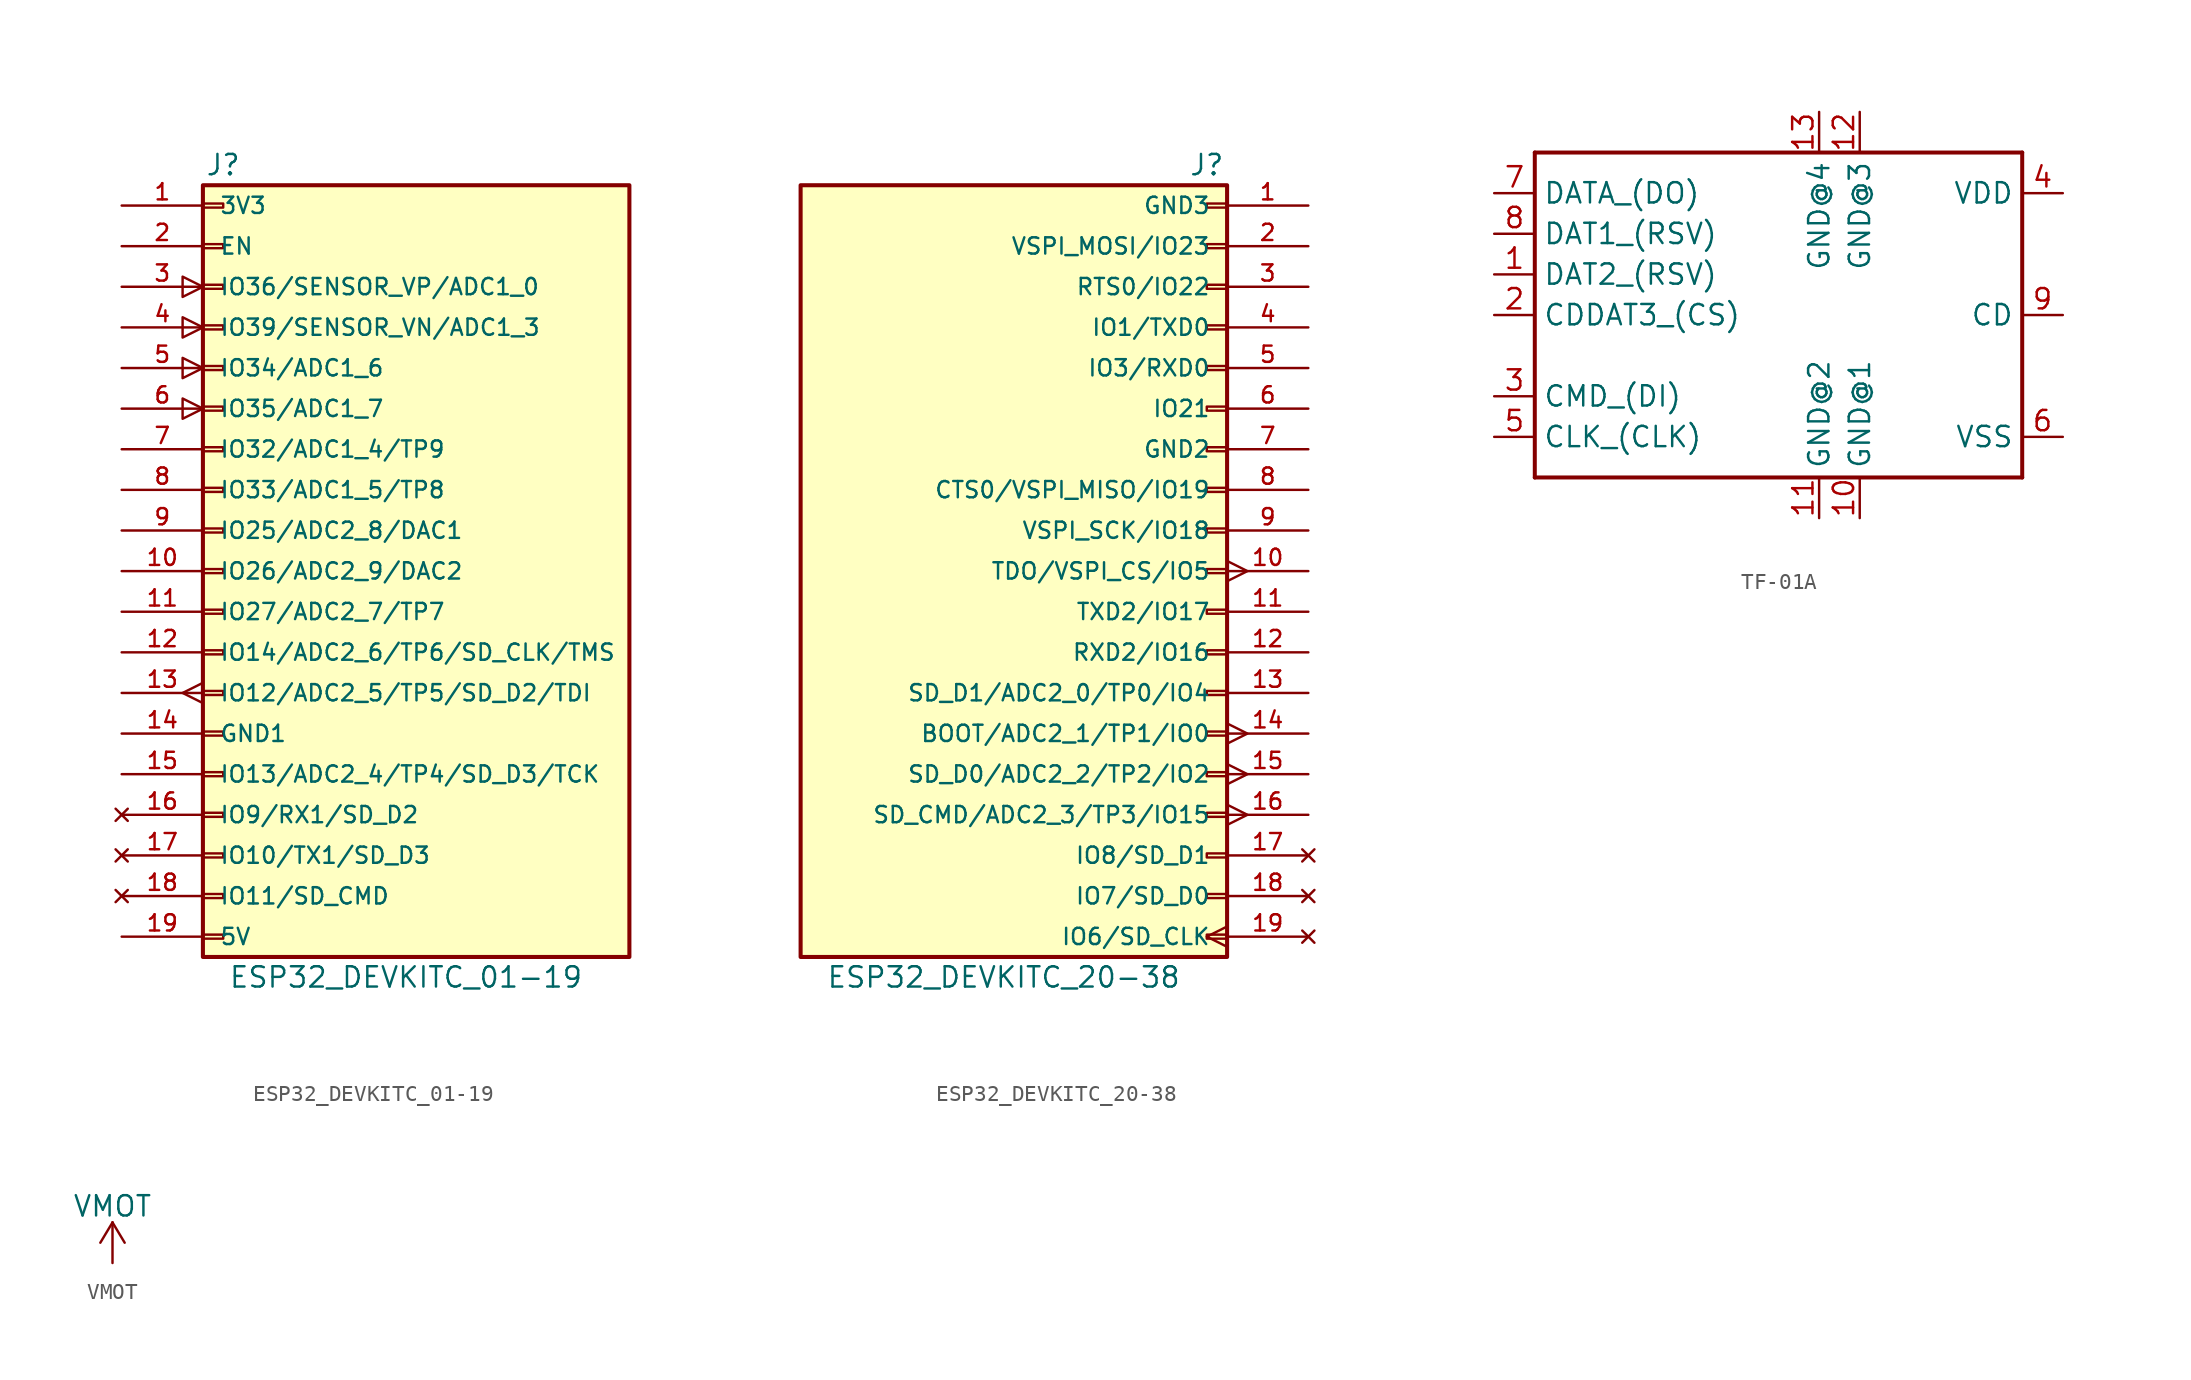
<source format=kicad_sym>
(kicad_symbol_lib
  (version 20201005)
  (generator kicad_symbol_editor)
  (symbol "6_axis_I2S_v1p8:ESP32_DEVKITC_01-19"
    (pin_names
      (offset 1.016))
    (property "Reference" "J"
      (at -1.27 25.4 0)
      (effects (font (size 1.27 1.27))))
    (property "Value" "ESP32_DEVKITC_01-19"
      (at 10.16 -25.4 0)
      (effects (font (size 1.27 1.27))))
    (symbol "ESP32_DEVKITC_01-19_0_0"
      (pin power_in line (at -7.62 22.86 0) (length 5.08) (name "3V3" (effects (font (size 1.016 1.016)))) (number "1" (effects (font (size 1.016 1.016)))))
      (pin bidirectional line (at -7.62 0 0) (length 5.08) (name "IO26/ADC2_9/DAC2" (effects (font (size 1.016 1.016)))) (number "10" (effects (font (size 1.016 1.016)))))
      (pin bidirectional line (at -7.62 -2.54 0) (length 5.08) (name "IO27/ADC2_7/TP7" (effects (font (size 1.016 1.016)))) (number "11" (effects (font (size 1.016 1.016)))))
      (pin bidirectional line (at -7.62 -5.08 0) (length 5.08) (name "IO14/ADC2_6/TP6/SD_CLK/TMS" (effects (font (size 1.016 1.016)))) (number "12" (effects (font (size 1.016 1.016)))))
      (pin bidirectional line (at -7.62 -7.62 0) (length 5.08) (name "IO12/ADC2_5/TP5/SD_D2/TDI" (effects (font (size 1.016 1.016)))) (number "13" (effects (font (size 1.016 1.016)))))
      (pin power_in line (at -7.62 -10.16 0) (length 5.08) (name "GND1" (effects (font (size 1.016 1.016)))) (number "14" (effects (font (size 1.016 1.016)))))
      (pin bidirectional line (at -7.62 -12.7 0) (length 5.08) (name "IO13/ADC2_4/TP4/SD_D3/TCK" (effects (font (size 1.016 1.016)))) (number "15" (effects (font (size 1.016 1.016)))))
      (pin no_connect line (at -7.62 -15.24 0) (length 5.08) (name "IO9/RX1/SD_D2" (effects (font (size 1.016 1.016)))) (number "16" (effects (font (size 1.016 1.016)))))
      (pin no_connect line (at -7.62 -17.78 0) (length 5.08) (name "IO10/TX1/SD_D3" (effects (font (size 1.016 1.016)))) (number "17" (effects (font (size 1.016 1.016)))))
      (pin no_connect line (at -7.62 -20.32 0) (length 5.08) (name "IO11/SD_CMD" (effects (font (size 1.016 1.016)))) (number "18" (effects (font (size 1.016 1.016)))))
      (pin passive line (at -7.62 -22.86 0) (length 5.08) (name "5V" (effects (font (size 1.016 1.016)))) (number "19" (effects (font (size 1.016 1.016)))))
      (pin bidirectional line (at -7.62 20.32 0) (length 5.08) (name "EN" (effects (font (size 1.016 1.016)))) (number "2" (effects (font (size 1.016 1.016)))))
      (pin input line (at -7.62 17.78 0) (length 5.08) (name "IO36/SENSOR_VP/ADC1_0" (effects (font (size 1.016 1.016)))) (number "3" (effects (font (size 1.016 1.016)))))
      (pin input line (at -7.62 15.24 0) (length 5.08) (name "IO39/SENSOR_VN/ADC1_3" (effects (font (size 1.016 1.016)))) (number "4" (effects (font (size 1.016 1.016)))))
      (pin input line (at -7.62 12.7 0) (length 5.08) (name "IO34/ADC1_6" (effects (font (size 1.016 1.016)))) (number "5" (effects (font (size 1.016 1.016)))))
      (pin input line (at -7.62 10.16 0) (length 5.08) (name "IO35/ADC1_7" (effects (font (size 1.016 1.016)))) (number "6" (effects (font (size 1.016 1.016)))))
      (pin bidirectional line (at -7.62 7.62 0) (length 5.08) (name "IO32/ADC1_4/TP9" (effects (font (size 1.016 1.016)))) (number "7" (effects (font (size 1.016 1.016)))))
      (pin bidirectional line (at -7.62 5.08 0) (length 5.08) (name "IO33/ADC1_5/TP8" (effects (font (size 1.016 1.016)))) (number "8" (effects (font (size 1.016 1.016)))))
      (pin bidirectional line (at -7.62 2.54 0) (length 5.08) (name "IO25/ADC2_8/DAC1" (effects (font (size 1.016 1.016)))) (number "9" (effects (font (size 1.016 1.016))))))
    (symbol "ESP32_DEVKITC_01-19_0_1"
      (polyline (pts (xy -2.54 -6.985) (xy -3.81 -7.62) (xy -2.54 -8.255)) (stroke (width 0.152)) (fill (type none)))
      (polyline (pts (xy -2.54 10.16) (xy -3.81 10.795) (xy -3.81 9.525) (xy -2.54 10.16)) (stroke (width 0.152)) (fill (type none)))
      (polyline (pts (xy -2.54 12.7) (xy -3.81 13.335) (xy -3.81 12.065) (xy -2.54 12.7)) (stroke (width 0.152)) (fill (type none)))
      (polyline (pts (xy -2.54 15.24) (xy -3.81 15.875) (xy -3.81 14.605) (xy -2.54 15.24)) (stroke (width 0.152)) (fill (type none)))
      (polyline (pts (xy -2.54 17.78) (xy -3.81 18.415) (xy -3.81 17.145) (xy -2.54 17.78)) (stroke (width 0.152)) (fill (type none))))
    (symbol "ESP32_DEVKITC_01-19_1_1"
      (rectangle (start -2.54 -22.733) (end -1.27 -22.987) (stroke (width 0.152)) (fill (type none)))
      (rectangle (start -2.54 -20.193) (end -1.27 -20.447) (stroke (width 0.152)) (fill (type none)))
      (rectangle (start -2.54 -17.653) (end -1.27 -17.907) (stroke (width 0.152)) (fill (type none)))
      (rectangle (start -2.54 -15.113) (end -1.27 -15.367) (stroke (width 0.152)) (fill (type none)))
      (rectangle (start -2.54 -12.573) (end -1.27 -12.827) (stroke (width 0.152)) (fill (type none)))
      (rectangle (start -2.54 -10.033) (end -1.27 -10.287) (stroke (width 0.152)) (fill (type none)))
      (rectangle (start -2.54 -7.493) (end -1.27 -7.747) (stroke (width 0.152)) (fill (type none)))
      (rectangle (start -2.54 -4.953) (end -1.27 -5.207) (stroke (width 0.152)) (fill (type none)))
      (rectangle (start -2.54 -2.413) (end -1.27 -2.667) (stroke (width 0.152)) (fill (type none)))
      (rectangle (start -2.54 0.127) (end -1.27 -0.127) (stroke (width 0.152)) (fill (type none)))
      (rectangle (start -2.54 2.667) (end -1.27 2.413) (stroke (width 0.152)) (fill (type none)))
      (rectangle (start -2.54 5.207) (end -1.27 4.953) (stroke (width 0.152)) (fill (type none)))
      (rectangle (start -2.54 7.747) (end -1.27 7.493) (stroke (width 0.152)) (fill (type none)))
      (rectangle (start -2.54 10.287) (end -1.27 10.033) (stroke (width 0.152)) (fill (type none)))
      (rectangle (start -2.54 12.827) (end -1.27 12.573) (stroke (width 0.152)) (fill (type none)))
      (rectangle (start -2.54 15.367) (end -1.27 15.113) (stroke (width 0.152)) (fill (type none)))
      (rectangle (start -2.54 17.907) (end -1.27 17.653) (stroke (width 0.152)) (fill (type none)))
      (rectangle (start -2.54 20.447) (end -1.27 20.193) (stroke (width 0.152)) (fill (type none)))
      (rectangle (start -2.54 22.987) (end -1.27 22.733) (stroke (width 0.152)) (fill (type none)))
      (rectangle (start -2.54 24.13) (end 24.13 -24.13) (stroke (width 0.254)) (fill (type background)))))
  (symbol "6_axis_I2S_v1p8:ESP32_DEVKITC_20-38"
    (pin_names
      (offset 1.016))
    (property "Reference" "J"
      (at 1.27 25.4 0)
      (effects (font (size 1.27 1.27))))
    (property "Value" "ESP32_DEVKITC_20-38"
      (at -11.43 -25.4 0)
      (effects (font (size 1.27 1.27))))
    (symbol "ESP32_DEVKITC_20-38_0_0"
      (pin power_in line (at 7.62 22.86 180) (length 5.08) (name "GND3" (effects (font (size 1.016 1.016)))) (number "1" (effects (font (size 1.016 1.016)))))
      (pin bidirectional line (at 7.62 0 180) (length 5.08) (name "TDO/VSPI_CS/IO5" (effects (font (size 1.016 1.016)))) (number "10" (effects (font (size 1.016 1.016)))))
      (pin bidirectional line (at 7.62 -2.54 180) (length 5.08) (name "TXD2/IO17" (effects (font (size 1.016 1.016)))) (number "11" (effects (font (size 1.016 1.016)))))
      (pin bidirectional line (at 7.62 -5.08 180) (length 5.08) (name "RXD2/IO16" (effects (font (size 1.016 1.016)))) (number "12" (effects (font (size 1.016 1.016)))))
      (pin bidirectional line (at 7.62 -7.62 180) (length 5.08) (name "SD_D1/ADC2_0/TP0/IO4" (effects (font (size 1.016 1.016)))) (number "13" (effects (font (size 1.016 1.016)))))
      (pin bidirectional line (at 7.62 -10.16 180) (length 5.08) (name "BOOT/ADC2_1/TP1/IO0" (effects (font (size 1.016 1.016)))) (number "14" (effects (font (size 1.016 1.016)))))
      (pin bidirectional line (at 7.62 -12.7 180) (length 5.08) (name "SD_D0/ADC2_2/TP2/IO2" (effects (font (size 1.016 1.016)))) (number "15" (effects (font (size 1.016 1.016)))))
      (pin bidirectional line (at 7.62 -15.24 180) (length 5.08) (name "SD_CMD/ADC2_3/TP3/IO15" (effects (font (size 1.016 1.016)))) (number "16" (effects (font (size 1.016 1.016)))))
      (pin no_connect line (at 7.62 -17.78 180) (length 5.08) (name "IO8/SD_D1" (effects (font (size 1.016 1.016)))) (number "17" (effects (font (size 1.016 1.016)))))
      (pin no_connect line (at 7.62 -20.32 180) (length 5.08) (name "IO7/SD_D0" (effects (font (size 1.016 1.016)))) (number "18" (effects (font (size 1.016 1.016)))))
      (pin no_connect clock (at 7.62 -22.86 180) (length 5.08) (name "IO6/SD_CLK" (effects (font (size 1.016 1.016)))) (number "19" (effects (font (size 1.016 1.016)))))
      (pin bidirectional line (at 7.62 20.32 180) (length 5.08) (name "VSPI_MOSI/IO23" (effects (font (size 1.016 1.016)))) (number "2" (effects (font (size 1.016 1.016)))))
      (pin bidirectional line (at 7.62 17.78 180) (length 5.08) (name "RTS0/IO22" (effects (font (size 1.016 1.016)))) (number "3" (effects (font (size 1.016 1.016)))))
      (pin bidirectional line (at 7.62 15.24 180) (length 5.08) (name "IO1/TXD0" (effects (font (size 1.016 1.016)))) (number "4" (effects (font (size 1.016 1.016)))))
      (pin bidirectional line (at 7.62 12.7 180) (length 5.08) (name "IO3/RXD0" (effects (font (size 1.016 1.016)))) (number "5" (effects (font (size 1.016 1.016)))))
      (pin bidirectional line (at 7.62 10.16 180) (length 5.08) (name "IO21" (effects (font (size 1.016 1.016)))) (number "6" (effects (font (size 1.016 1.016)))))
      (pin power_in line (at 7.62 7.62 180) (length 5.08) (name "GND2" (effects (font (size 1.016 1.016)))) (number "7" (effects (font (size 1.016 1.016)))))
      (pin bidirectional line (at 7.62 5.08 180) (length 5.08) (name "CTS0/VSPI_MISO/IO19" (effects (font (size 1.016 1.016)))) (number "8" (effects (font (size 1.016 1.016)))))
      (pin bidirectional line (at 7.62 2.54 180) (length 5.08) (name "VSPI_SCK/IO18" (effects (font (size 1.016 1.016)))) (number "9" (effects (font (size 1.016 1.016))))))
    (symbol "ESP32_DEVKITC_20-38_0_1"
      (polyline (pts (xy 2.54 -15.875) (xy 3.81 -15.24) (xy 2.54 -14.605)) (stroke (width 0.152)) (fill (type none)))
      (polyline (pts (xy 2.54 -13.335) (xy 3.81 -12.7) (xy 2.54 -12.065)) (stroke (width 0.152)) (fill (type none)))
      (polyline (pts (xy 2.54 -10.795) (xy 3.81 -10.16) (xy 2.54 -9.525)) (stroke (width 0.152)) (fill (type none)))
      (polyline (pts (xy 2.54 -0.635) (xy 3.81 0) (xy 2.54 0.635)) (stroke (width 0.152)) (fill (type none))))
    (symbol "ESP32_DEVKITC_20-38_1_1"
      (rectangle (start 2.54 -22.987) (end 1.27 -22.733) (stroke (width 0.152)) (fill (type none)))
      (rectangle (start 2.54 -20.447) (end 1.27 -20.193) (stroke (width 0.152)) (fill (type none)))
      (rectangle (start 2.54 -17.907) (end 1.27 -17.653) (stroke (width 0.152)) (fill (type none)))
      (rectangle (start 2.54 -15.367) (end 1.27 -15.113) (stroke (width 0.152)) (fill (type none)))
      (rectangle (start 2.54 -12.827) (end 1.27 -12.573) (stroke (width 0.152)) (fill (type none)))
      (rectangle (start 2.54 -10.287) (end 1.27 -10.033) (stroke (width 0.152)) (fill (type none)))
      (rectangle (start 2.54 -7.747) (end 1.27 -7.493) (stroke (width 0.152)) (fill (type none)))
      (rectangle (start 2.54 -5.207) (end 1.27 -4.953) (stroke (width 0.152)) (fill (type none)))
      (rectangle (start 2.54 -2.667) (end 1.27 -2.413) (stroke (width 0.152)) (fill (type none)))
      (rectangle (start 2.54 -0.127) (end 1.27 0.127) (stroke (width 0.152)) (fill (type none)))
      (rectangle (start 2.54 2.413) (end 1.27 2.667) (stroke (width 0.152)) (fill (type none)))
      (rectangle (start 2.54 4.953) (end 1.27 5.207) (stroke (width 0.152)) (fill (type none)))
      (rectangle (start 2.54 7.493) (end 1.27 7.747) (stroke (width 0.152)) (fill (type none)))
      (rectangle (start 2.54 10.033) (end 1.27 10.287) (stroke (width 0.152)) (fill (type none)))
      (rectangle (start 2.54 12.573) (end 1.27 12.827) (stroke (width 0.152)) (fill (type none)))
      (rectangle (start 2.54 15.113) (end 1.27 15.367) (stroke (width 0.152)) (fill (type none)))
      (rectangle (start 2.54 17.653) (end 1.27 17.907) (stroke (width 0.152)) (fill (type none)))
      (rectangle (start 2.54 20.193) (end 1.27 20.447) (stroke (width 0.152)) (fill (type none)))
      (rectangle (start 2.54 22.733) (end 1.27 22.987) (stroke (width 0.152)) (fill (type none)))
      (rectangle (start 2.54 -24.13) (end -24.13 24.13) (stroke (width 0.254)) (fill (type background)))))
  (symbol "6_axis_I2S_v1p8:TF-01A"
    (property "Reference" "SD"
      (at 0 0 0)
      (effects (font (size 1.27 1.27)) hide))
    (property "ki_locked" ""
      (at 0 0 0)
      (effects (font (size 1.27 1.27))))
    (symbol "TF-01A_1_0"
      (polyline (pts (xy 2.54 -22.86) (xy 2.54 -2.54)) (stroke (width 0.25)) (fill (type none)))
      (polyline (pts (xy 2.54 -2.54) (xy 33.02 -2.54)) (stroke (width 0.25)) (fill (type none)))
      (polyline (pts (xy 33.02 -22.86) (xy 2.54 -22.86)) (stroke (width 0.25)) (fill (type none)))
      (polyline (pts (xy 33.02 -2.54) (xy 33.02 -22.86)) (stroke (width 0.25)) (fill (type none)))
      (pin passive line (at 0 -10.16 0) (length 2.54) (name "DAT2_(RSV)" (effects (font (size 1.27 1.27)))) (number "1" (effects (font (size 1.27 1.27)))))
      (pin passive line (at 22.86 -25.4 90) (length 2.54) (name "GND@1" (effects (font (size 1.27 1.27)))) (number "10" (effects (font (size 1.27 1.27)))))
      (pin passive line (at 20.32 -25.4 90) (length 2.54) (name "GND@2" (effects (font (size 1.27 1.27)))) (number "11" (effects (font (size 1.27 1.27)))))
      (pin passive line (at 22.86 0 270) (length 2.54) (name "GND@3" (effects (font (size 1.27 1.27)))) (number "12" (effects (font (size 1.27 1.27)))))
      (pin passive line (at 20.32 0 270) (length 2.54) (name "GND@4" (effects (font (size 1.27 1.27)))) (number "13" (effects (font (size 1.27 1.27)))))
      (pin passive line (at 0 -12.7 0) (length 2.54) (name "CDDAT3_(CS)" (effects (font (size 1.27 1.27)))) (number "2" (effects (font (size 1.27 1.27)))))
      (pin passive line (at 0 -17.78 0) (length 2.54) (name "CMD_(DI)" (effects (font (size 1.27 1.27)))) (number "3" (effects (font (size 1.27 1.27)))))
      (pin passive line (at 35.56 -5.08 180) (length 2.54) (name "VDD" (effects (font (size 1.27 1.27)))) (number "4" (effects (font (size 1.27 1.27)))))
      (pin passive line (at 0 -20.32 0) (length 2.54) (name "CLK_(CLK)" (effects (font (size 1.27 1.27)))) (number "5" (effects (font (size 1.27 1.27)))))
      (pin passive line (at 35.56 -20.32 180) (length 2.54) (name "VSS" (effects (font (size 1.27 1.27)))) (number "6" (effects (font (size 1.27 1.27)))))
      (pin passive line (at 0 -5.08 0) (length 2.54) (name "DATA_(DO)" (effects (font (size 1.27 1.27)))) (number "7" (effects (font (size 1.27 1.27)))))
      (pin passive line (at 0 -7.62 0) (length 2.54) (name "DAT1_(RSV)" (effects (font (size 1.27 1.27)))) (number "8" (effects (font (size 1.27 1.27)))))
      (pin passive line (at 35.56 -12.7 180) (length 2.54) (name "CD" (effects (font (size 1.27 1.27)))) (number "9" (effects (font (size 1.27 1.27)))))))
  (symbol "6_axis_I2S_v1p8:VMOT"
    (power)
    (pin_numbers hide)
    (pin_names
      (offset 0) hide)
    (property "Reference" "#PWR"
      (at 0 -3.81 0)
      (effects (font (size 1.27 1.27)) hide))
    (property "Value" "VMOT"
      (at 0 3.556 0)
      (effects (font (size 1.27 1.27))))
    (symbol "VMOT_0_1"
      (polyline (pts (xy -0.762 1.27) (xy 0 2.54)) (stroke (width 0)) (fill (type none)))
      (polyline (pts (xy 0 0) (xy 0 2.54)) (stroke (width 0)) (fill (type none)))
      (polyline (pts (xy 0 2.54) (xy 0.762 1.27)) (stroke (width 0)) (fill (type none))))
    (symbol "VMOT_1_1"
      (pin power_in line (at 0 0 90) (length 0) hide (name "VMOT" (effects (font (size 1.27 1.27)))) (number "1" (effects (font (size 1.27 1.27))))))))
</source>
